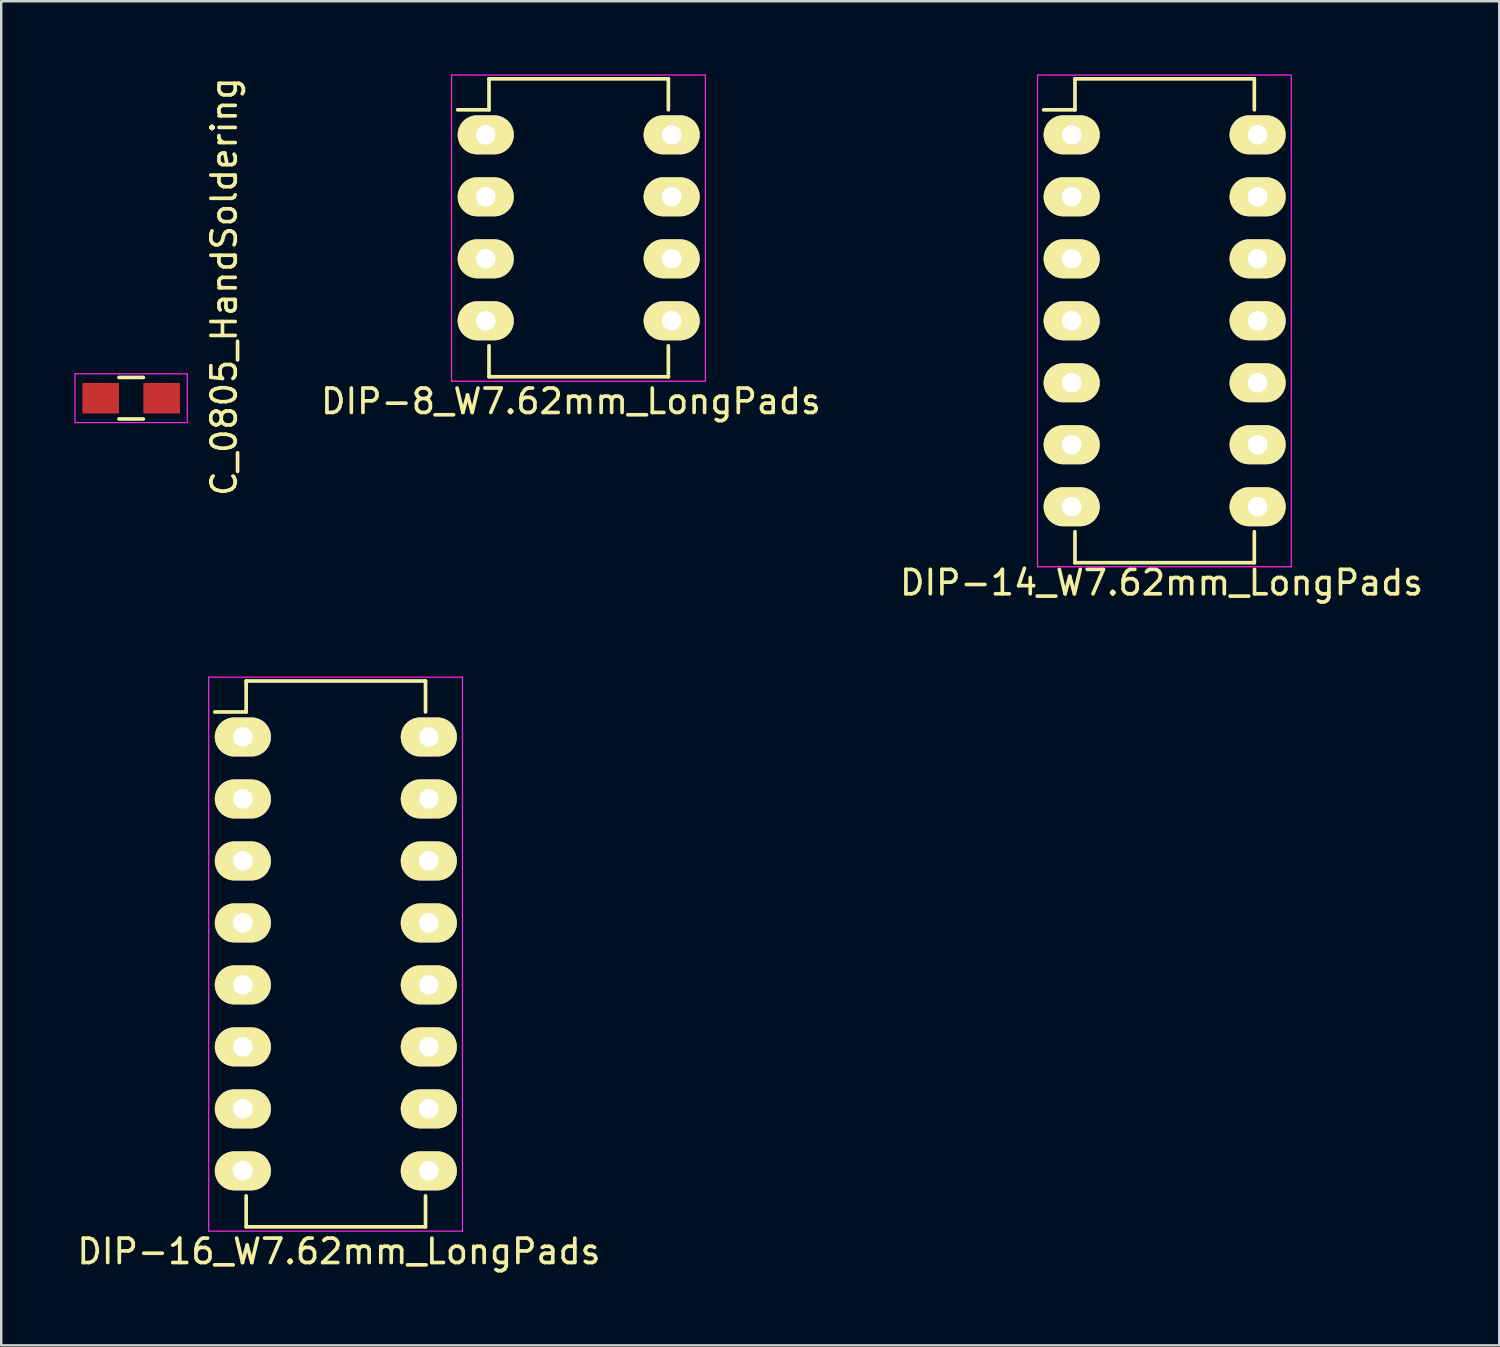
<source format=kicad_pcb>
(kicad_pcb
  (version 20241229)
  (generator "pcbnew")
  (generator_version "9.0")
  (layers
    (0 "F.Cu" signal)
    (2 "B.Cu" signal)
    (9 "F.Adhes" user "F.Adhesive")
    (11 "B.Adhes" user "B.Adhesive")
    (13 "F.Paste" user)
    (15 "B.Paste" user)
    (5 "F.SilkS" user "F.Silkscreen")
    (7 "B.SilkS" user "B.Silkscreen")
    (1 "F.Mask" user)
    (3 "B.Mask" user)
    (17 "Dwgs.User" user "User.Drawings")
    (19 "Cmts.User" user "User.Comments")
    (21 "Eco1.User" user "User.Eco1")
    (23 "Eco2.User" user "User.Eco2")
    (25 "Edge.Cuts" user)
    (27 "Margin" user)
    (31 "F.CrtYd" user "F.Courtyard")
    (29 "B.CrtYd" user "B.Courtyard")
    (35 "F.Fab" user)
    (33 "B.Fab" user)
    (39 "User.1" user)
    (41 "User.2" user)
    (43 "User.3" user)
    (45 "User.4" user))
  (footprint "DIP-14_W7.62mm_LongPads"
    (layer "F.Cu")
    (at 40.866 2.475)
    (property "Reference" "DIP-14_W7.62mm_LongPads" (at 3.683 18.352 0) (layer "F.SilkS") (effects (font (size 1 1) (thickness 0.15))))
    (attr through_hole)
    (fp_line (start 0.135 -2.295) (end 0.135 -1.025) (stroke (width 0.15) (type solid)) (layer "F.SilkS"))
    (fp_line (start 0.135 -2.295) (end 7.485 -2.295) (stroke (width 0.15) (type solid)) (layer "F.SilkS"))
    (fp_line (start 0.135 -1.025) (end -1.15 -1.025) (stroke (width 0.15) (type solid)) (layer "F.SilkS"))
    (fp_line (start 0.135 17.535) (end 0.135 16.265) (stroke (width 0.15) (type solid)) (layer "F.SilkS"))
    (fp_line (start 0.135 17.535) (end 7.485 17.535) (stroke (width 0.15) (type solid)) (layer "F.SilkS"))
    (fp_line (start 7.485 -2.295) (end 7.485 -1.025) (stroke (width 0.15) (type solid)) (layer "F.SilkS"))
    (fp_line (start 7.485 17.535) (end 7.485 16.265) (stroke (width 0.15) (type solid)) (layer "F.SilkS"))
    (fp_line (start -1.4 -2.45) (end -1.4 17.7) (stroke (width 0.05) (type solid)) (layer "F.CrtYd"))
    (fp_line (start -1.4 -2.45) (end 9 -2.45) (stroke (width 0.05) (type solid)) (layer "F.CrtYd"))
    (fp_line (start -1.4 17.7) (end 9 17.7) (stroke (width 0.05) (type solid)) (layer "F.CrtYd"))
    (fp_line (start 9 -2.45) (end 9 17.7) (stroke (width 0.05) (type solid)) (layer "F.CrtYd"))
    (pad "1" thru_hole oval (at 0 0) (size 2.3 1.6) (drill 0.8) (layers "*.Cu" "*.Mask" "F.SilkS"))
    (pad "2" thru_hole oval (at 0 2.54) (size 2.3 1.6) (drill 0.8) (layers "*.Cu" "*.Mask" "F.SilkS"))
    (pad "3" thru_hole oval (at 0 5.08) (size 2.3 1.6) (drill 0.8) (layers "*.Cu" "*.Mask" "F.SilkS"))
    (pad "4" thru_hole oval (at 0 7.62) (size 2.3 1.6) (drill 0.8) (layers "*.Cu" "*.Mask" "F.SilkS"))
    (pad "5" thru_hole oval (at 0 10.16) (size 2.3 1.6) (drill 0.8) (layers "*.Cu" "*.Mask" "F.SilkS"))
    (pad "6" thru_hole oval (at 0 12.7) (size 2.3 1.6) (drill 0.8) (layers "*.Cu" "*.Mask" "F.SilkS"))
    (pad "7" thru_hole oval (at 0 15.24) (size 2.3 1.6) (drill 0.8) (layers "*.Cu" "*.Mask" "F.SilkS"))
    (pad "8" thru_hole oval (at 7.62 15.24) (size 2.3 1.6) (drill 0.8) (layers "*.Cu" "*.Mask" "F.SilkS"))
    (pad "9" thru_hole oval (at 7.62 12.7) (size 2.3 1.6) (drill 0.8) (layers "*.Cu" "*.Mask" "F.SilkS"))
    (pad "10" thru_hole oval (at 7.62 10.16) (size 2.3 1.6) (drill 0.8) (layers "*.Cu" "*.Mask" "F.SilkS"))
    (pad "11" thru_hole oval (at 7.62 7.62) (size 2.3 1.6) (drill 0.8) (layers "*.Cu" "*.Mask" "F.SilkS"))
    (pad "12" thru_hole oval (at 7.62 5.08) (size 2.3 1.6) (drill 0.8) (layers "*.Cu" "*.Mask" "F.SilkS"))
    (pad "13" thru_hole oval (at 7.62 2.54) (size 2.3 1.6) (drill 0.8) (layers "*.Cu" "*.Mask" "F.SilkS"))
    (pad "14" thru_hole oval (at 7.62 0) (size 2.3 1.6) (drill 0.8) (layers "*.Cu" "*.Mask" "F.SilkS")))
  (footprint "DIP-8_W7.62mm_LongPads"
    (layer "F.Cu")
    (at 16.854 2.475)
    (property "Reference" "DIP-8_W7.62mm_LongPads" (at 3.493 10.922 0) (layer "F.SilkS") (effects (font (size 1 1) (thickness 0.15))))
    (attr through_hole)
    (fp_line (start 0.135 -2.295) (end 0.135 -1.025) (stroke (width 0.15) (type solid)) (layer "F.SilkS"))
    (fp_line (start 0.135 -2.295) (end 7.485 -2.295) (stroke (width 0.15) (type solid)) (layer "F.SilkS"))
    (fp_line (start 0.135 -1.025) (end -1.15 -1.025) (stroke (width 0.15) (type solid)) (layer "F.SilkS"))
    (fp_line (start 0.135 9.915) (end 0.135 8.645) (stroke (width 0.15) (type solid)) (layer "F.SilkS"))
    (fp_line (start 0.135 9.915) (end 7.485 9.915) (stroke (width 0.15) (type solid)) (layer "F.SilkS"))
    (fp_line (start 7.485 -2.295) (end 7.485 -1.025) (stroke (width 0.15) (type solid)) (layer "F.SilkS"))
    (fp_line (start 7.485 9.915) (end 7.485 8.645) (stroke (width 0.15) (type solid)) (layer "F.SilkS"))
    (fp_line (start -1.4 -2.45) (end -1.4 10.1) (stroke (width 0.05) (type solid)) (layer "F.CrtYd"))
    (fp_line (start -1.4 -2.45) (end 9 -2.45) (stroke (width 0.05) (type solid)) (layer "F.CrtYd"))
    (fp_line (start -1.4 10.1) (end 9 10.1) (stroke (width 0.05) (type solid)) (layer "F.CrtYd"))
    (fp_line (start 9 -2.45) (end 9 10.1) (stroke (width 0.05) (type solid)) (layer "F.CrtYd"))
    (pad "1" thru_hole oval (at 0 0) (size 2.3 1.6) (drill 0.8) (layers "*.Cu" "*.Mask" "F.SilkS"))
    (pad "2" thru_hole oval (at 0 2.54) (size 2.3 1.6) (drill 0.8) (layers "*.Cu" "*.Mask" "F.SilkS"))
    (pad "3" thru_hole oval (at 0 5.08) (size 2.3 1.6) (drill 0.8) (layers "*.Cu" "*.Mask" "F.SilkS"))
    (pad "4" thru_hole oval (at 0 7.62) (size 2.3 1.6) (drill 0.8) (layers "*.Cu" "*.Mask" "F.SilkS"))
    (pad "5" thru_hole oval (at 7.62 7.62) (size 2.3 1.6) (drill 0.8) (layers "*.Cu" "*.Mask" "F.SilkS"))
    (pad "6" thru_hole oval (at 7.62 5.08) (size 2.3 1.6) (drill 0.8) (layers "*.Cu" "*.Mask" "F.SilkS"))
    (pad "7" thru_hole oval (at 7.62 2.54) (size 2.3 1.6) (drill 0.8) (layers "*.Cu" "*.Mask" "F.SilkS"))
    (pad "8" thru_hole oval (at 7.62 0) (size 2.3 1.6) (drill 0.8) (layers "*.Cu" "*.Mask" "F.SilkS")))
  (footprint "C_0805_HandSoldering"
    (layer "F.Cu")
    (at 2.325 13.268)
    (property "Reference" "C_0805_HandSoldering" (at 3.81 -4.572 270) (layer "F.SilkS") (effects (font (size 1 1) (thickness 0.15))))
    (attr smd)
    (fp_line (start -0.5 0.85) (end 0.5 0.85) (stroke (width 0.15) (type solid)) (layer "F.SilkS"))
    (fp_line (start 0.5 -0.85) (end -0.5 -0.85) (stroke (width 0.15) (type solid)) (layer "F.SilkS"))
    (fp_line (start -2.3 -1) (end -2.3 1) (stroke (width 0.05) (type solid)) (layer "F.CrtYd"))
    (fp_line (start -2.3 -1) (end 2.3 -1) (stroke (width 0.05) (type solid)) (layer "F.CrtYd"))
    (fp_line (start -2.3 1) (end 2.3 1) (stroke (width 0.05) (type solid)) (layer "F.CrtYd"))
    (fp_line (start 2.3 -1) (end 2.3 1) (stroke (width 0.05) (type solid)) (layer "F.CrtYd"))
    (pad "1" smd rect (at -1.25 0) (size 1.5 1.25) (layers "F.Cu" "F.Mask" "F.Paste"))
    (pad "2" smd rect (at 1.25 0) (size 1.5 1.25) (layers "F.Cu" "F.Mask" "F.Paste")))
  (footprint "DIP-16_W7.62mm_LongPads"
    (layer "F.Cu")
    (at 6.902 27.15)
    (property "Reference" "DIP-16_W7.62mm_LongPads" (at 3.937 21.082 0) (layer "F.SilkS") (effects (font (size 1 1) (thickness 0.15))))
    (attr through_hole)
    (fp_line (start 0.135 -2.295) (end 0.135 -1.025) (stroke (width 0.15) (type solid)) (layer "F.SilkS"))
    (fp_line (start 0.135 -2.295) (end 7.485 -2.295) (stroke (width 0.15) (type solid)) (layer "F.SilkS"))
    (fp_line (start 0.135 -1.025) (end -1.15 -1.025) (stroke (width 0.15) (type solid)) (layer "F.SilkS"))
    (fp_line (start 0.135 20.075) (end 0.135 18.805) (stroke (width 0.15) (type solid)) (layer "F.SilkS"))
    (fp_line (start 0.135 20.075) (end 7.485 20.075) (stroke (width 0.15) (type solid)) (layer "F.SilkS"))
    (fp_line (start 7.485 -2.295) (end 7.485 -1.025) (stroke (width 0.15) (type solid)) (layer "F.SilkS"))
    (fp_line (start 7.485 20.075) (end 7.485 18.805) (stroke (width 0.15) (type solid)) (layer "F.SilkS"))
    (fp_line (start -1.4 -2.45) (end -1.4 20.25) (stroke (width 0.05) (type solid)) (layer "F.CrtYd"))
    (fp_line (start -1.4 -2.45) (end 9 -2.45) (stroke (width 0.05) (type solid)) (layer "F.CrtYd"))
    (fp_line (start -1.4 20.25) (end 9 20.25) (stroke (width 0.05) (type solid)) (layer "F.CrtYd"))
    (fp_line (start 9 -2.45) (end 9 20.25) (stroke (width 0.05) (type solid)) (layer "F.CrtYd"))
    (pad "1" thru_hole oval (at 0 0) (size 2.3 1.6) (drill 0.8) (layers "*.Cu" "*.Mask" "F.SilkS"))
    (pad "2" thru_hole oval (at 0 2.54) (size 2.3 1.6) (drill 0.8) (layers "*.Cu" "*.Mask" "F.SilkS"))
    (pad "3" thru_hole oval (at 0 5.08) (size 2.3 1.6) (drill 0.8) (layers "*.Cu" "*.Mask" "F.SilkS"))
    (pad "4" thru_hole oval (at 0 7.62) (size 2.3 1.6) (drill 0.8) (layers "*.Cu" "*.Mask" "F.SilkS"))
    (pad "5" thru_hole oval (at 0 10.16) (size 2.3 1.6) (drill 0.8) (layers "*.Cu" "*.Mask" "F.SilkS"))
    (pad "6" thru_hole oval (at 0 12.7) (size 2.3 1.6) (drill 0.8) (layers "*.Cu" "*.Mask" "F.SilkS"))
    (pad "7" thru_hole oval (at 0 15.24) (size 2.3 1.6) (drill 0.8) (layers "*.Cu" "*.Mask" "F.SilkS"))
    (pad "8" thru_hole oval (at 0 17.78) (size 2.3 1.6) (drill 0.8) (layers "*.Cu" "*.Mask" "F.SilkS"))
    (pad "9" thru_hole oval (at 7.62 17.78) (size 2.3 1.6) (drill 0.8) (layers "*.Cu" "*.Mask" "F.SilkS"))
    (pad "10" thru_hole oval (at 7.62 15.24) (size 2.3 1.6) (drill 0.8) (layers "*.Cu" "*.Mask" "F.SilkS"))
    (pad "11" thru_hole oval (at 7.62 12.7) (size 2.3 1.6) (drill 0.8) (layers "*.Cu" "*.Mask" "F.SilkS"))
    (pad "12" thru_hole oval (at 7.62 10.16) (size 2.3 1.6) (drill 0.8) (layers "*.Cu" "*.Mask" "F.SilkS"))
    (pad "13" thru_hole oval (at 7.62 7.62) (size 2.3 1.6) (drill 0.8) (layers "*.Cu" "*.Mask" "F.SilkS"))
    (pad "14" thru_hole oval (at 7.62 5.08) (size 2.3 1.6) (drill 0.8) (layers "*.Cu" "*.Mask" "F.SilkS"))
    (pad "15" thru_hole oval (at 7.62 2.54) (size 2.3 1.6) (drill 0.8) (layers "*.Cu" "*.Mask" "F.SilkS"))
    (pad "16" thru_hole oval (at 7.62 0) (size 2.3 1.6) (drill 0.8) (layers "*.Cu" "*.Mask" "F.SilkS")))
  (gr_rect
    (start -3 -3)
    (end 58.388 52.08)
    (stroke (width 0.1) (type default))
    (fill no)
    (layer "Edge.Cuts")))
</source>
